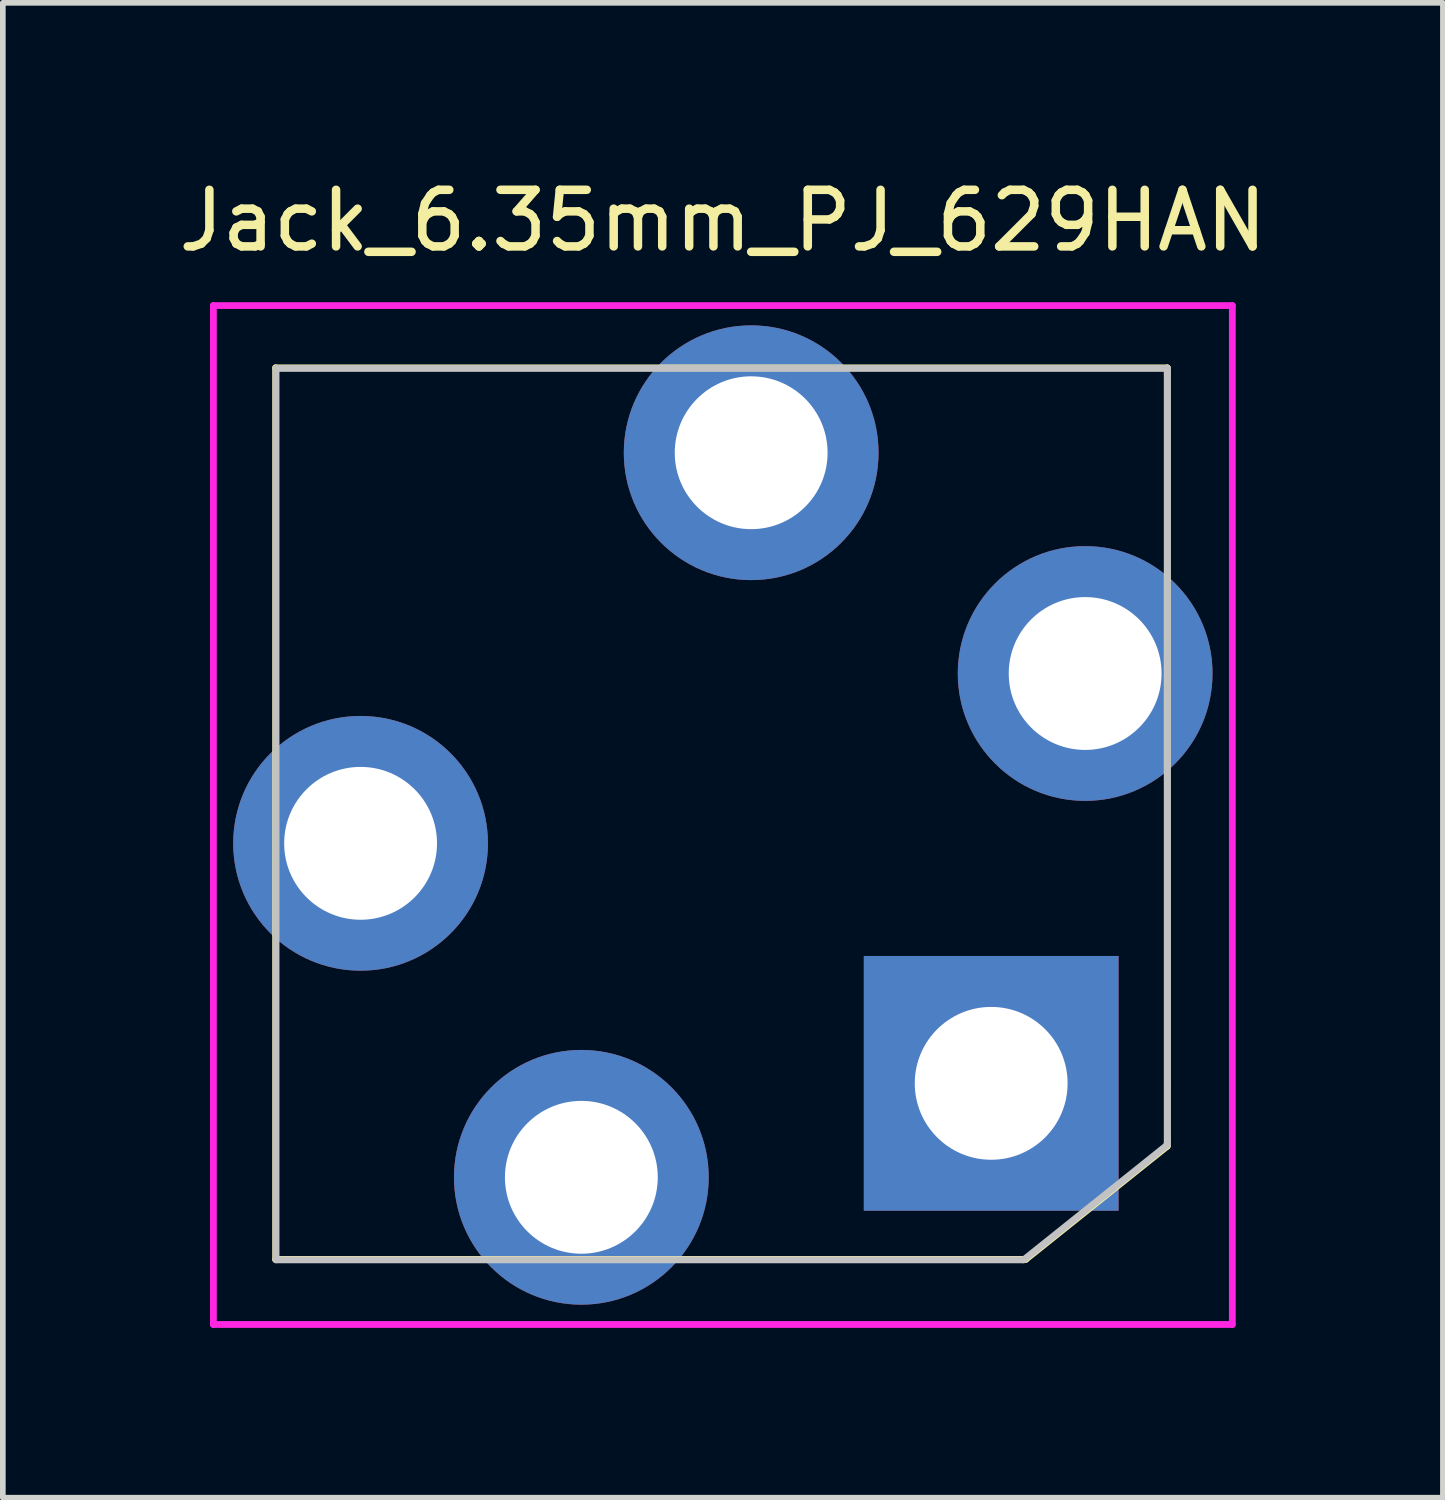
<source format=kicad_pcb>
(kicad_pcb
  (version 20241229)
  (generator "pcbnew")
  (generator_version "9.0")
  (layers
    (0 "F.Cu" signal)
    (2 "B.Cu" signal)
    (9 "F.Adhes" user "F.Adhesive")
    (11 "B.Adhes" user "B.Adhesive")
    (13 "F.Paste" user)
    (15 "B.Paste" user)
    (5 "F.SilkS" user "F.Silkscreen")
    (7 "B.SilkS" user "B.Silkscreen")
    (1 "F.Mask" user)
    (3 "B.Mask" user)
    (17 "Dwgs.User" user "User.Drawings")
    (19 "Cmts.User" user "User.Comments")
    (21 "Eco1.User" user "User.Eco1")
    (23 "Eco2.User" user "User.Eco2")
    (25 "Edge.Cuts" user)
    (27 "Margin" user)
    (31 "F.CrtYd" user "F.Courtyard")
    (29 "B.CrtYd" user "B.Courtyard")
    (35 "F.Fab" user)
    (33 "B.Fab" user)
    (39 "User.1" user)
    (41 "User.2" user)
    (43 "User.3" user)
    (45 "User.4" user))
  (footprint "Jack_6.35mm_PJ_629HAN"
    (layer "F.Cu")
    (at 9.72 11.348)
    (property "Reference" "Jack_6.35mm_PJ_629HAN" (at 0 -10.5 0) (layer "F.SilkS") (effects (font (size 1 1) (thickness 0.15))))
    (attr through_hole)
    (fp_line (start -7.9 -7.9) (end 7.85 -7.9) (stroke (width 0.12) (type solid)) (layer "F.SilkS"))
    (fp_line (start -7.9 7.85) (end -7.9 -7.9) (stroke (width 0.12) (type solid)) (layer "F.SilkS"))
    (fp_line (start 5.35 7.85) (end -7.9 7.85) (stroke (width 0.12) (type solid)) (layer "F.SilkS"))
    (fp_line (start 7.85 -7.9) (end 7.85 5.8) (stroke (width 0.12) (type solid)) (layer "F.SilkS"))
    (fp_line (start 7.85 5.8) (end 7.85 5.85) (stroke (width 0.12) (type solid)) (layer "F.SilkS"))
    (fp_line (start 7.85 5.85) (end 5.35 7.85) (stroke (width 0.12) (type solid)) (layer "F.SilkS"))
    (fp_line (start -7.894 -7.89) (end 7.854 -7.89) (stroke (width 0.12) (type solid)) (layer "Dwgs.User"))
    (fp_line (start -7.894 7.858) (end -7.894 -7.89) (stroke (width 0.12) (type solid)) (layer "Dwgs.User"))
    (fp_line (start 5.314 7.858) (end -7.894 7.858) (stroke (width 0.12) (type solid)) (layer "Dwgs.User"))
    (fp_line (start 7.854 -7.89) (end 7.854 4.81) (stroke (width 0.12) (type solid)) (layer "Dwgs.User"))
    (fp_line (start 7.854 4.81) (end 7.854 5.826) (stroke (width 0.12) (type solid)) (layer "Dwgs.User"))
    (fp_line (start 7.854 5.826) (end 5.314 7.858) (stroke (width 0.12) (type solid)) (layer "Dwgs.User"))
    (fp_line (start -9 -9) (end 9 -9) (stroke (width 0.12) (type solid)) (layer "F.CrtYd"))
    (fp_line (start -9 9) (end -9 -9) (stroke (width 0.12) (type solid)) (layer "F.CrtYd"))
    (fp_line (start 9 -9) (end 9 9) (stroke (width 0.12) (type solid)) (layer "F.CrtYd"))
    (fp_line (start 9 9) (end -9 9) (stroke (width 0.12) (type solid)) (layer "F.CrtYd"))
    (pad "R" thru_hole circle (at 0.5 -6.4) (size 4.5 4.5) (drill 2.7) (layers "*.Cu" "*.Mask"))
    (pad "RN" thru_hole circle (at 6.4 -2.5) (size 4.5 4.5) (drill 2.7) (layers "*.Cu" "*.Mask"))
    (pad "S" thru_hole rect (at 4.74 4.74) (size 4.5 4.5) (drill 2.7) (layers "*.Cu" "*.Mask"))
    (pad "T" thru_hole circle (at -6.4 0.5) (size 4.5 4.5) (drill 2.7) (layers "*.Cu" "*.Mask"))
    (pad "TN" thru_hole circle (at -2.5 6.4) (size 4.5 4.5) (drill 2.7) (layers "*.Cu" "*.Mask")))
  (gr_rect
    (start -3 -3)
    (end 22.44 23.408)
    (stroke (width 0.1) (type default))
    (fill no)
    (layer "Edge.Cuts")))
</source>
